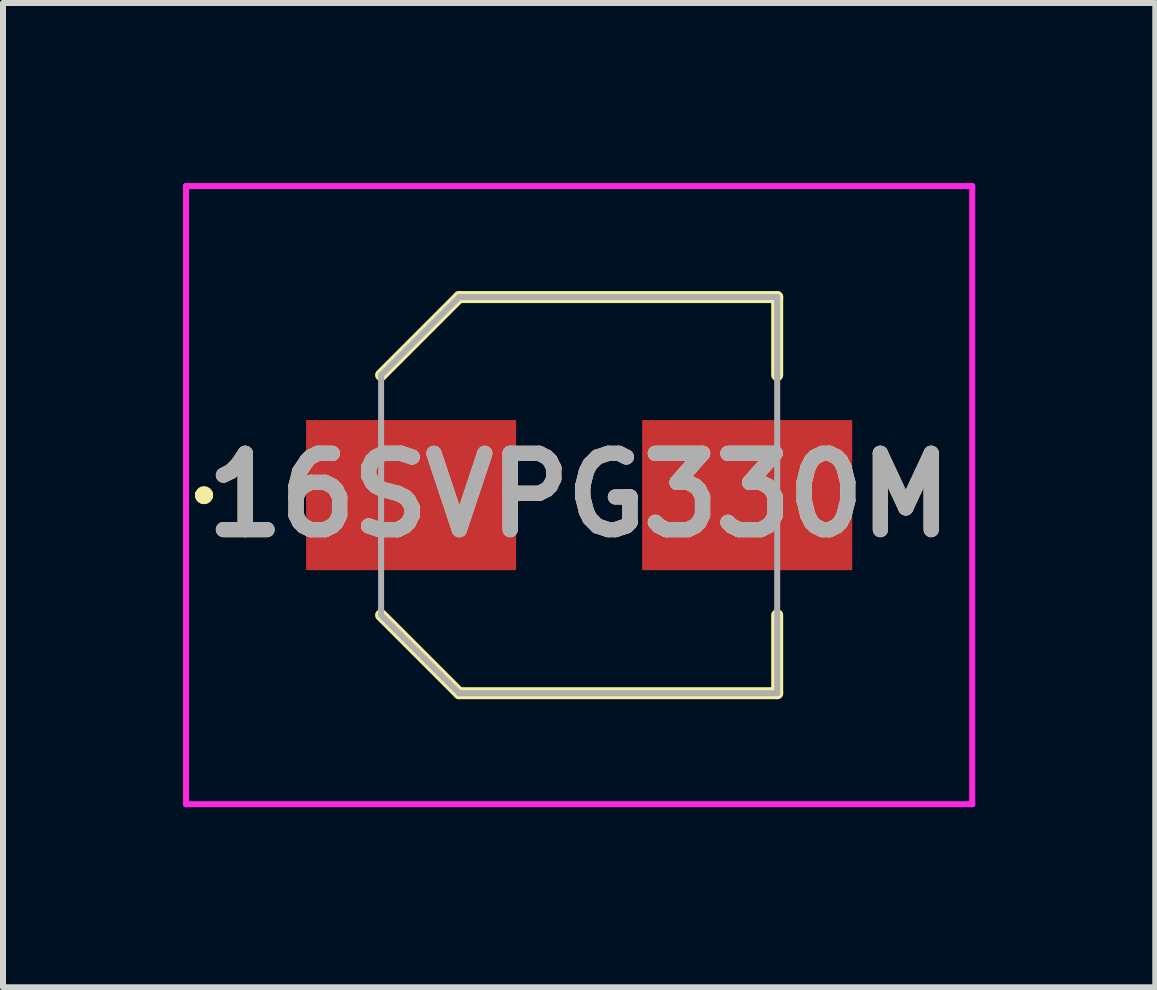
<source format=kicad_pcb>
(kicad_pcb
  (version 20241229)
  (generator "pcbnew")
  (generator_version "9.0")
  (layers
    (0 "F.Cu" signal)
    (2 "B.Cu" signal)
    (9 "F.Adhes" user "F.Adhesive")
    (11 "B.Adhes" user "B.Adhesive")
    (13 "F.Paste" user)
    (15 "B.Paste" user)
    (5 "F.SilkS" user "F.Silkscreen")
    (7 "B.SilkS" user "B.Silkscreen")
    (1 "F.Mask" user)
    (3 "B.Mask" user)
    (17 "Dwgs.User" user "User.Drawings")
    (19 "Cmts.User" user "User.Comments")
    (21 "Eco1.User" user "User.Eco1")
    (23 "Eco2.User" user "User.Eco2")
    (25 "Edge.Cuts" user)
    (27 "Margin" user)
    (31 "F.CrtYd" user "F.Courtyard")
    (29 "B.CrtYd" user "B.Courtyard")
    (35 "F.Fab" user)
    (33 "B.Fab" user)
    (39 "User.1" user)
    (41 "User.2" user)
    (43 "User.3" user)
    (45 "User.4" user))
  (footprint "16SVPG330M"
    (layer "F.Cu")
    (at 6.6 5.2)
    (property "Reference" "16SVPG330M" (at 0 0 0) (layer "F.SilkS") (effects (font (size 1.27 1.27) (thickness 0.254))))
    (attr smd)
    (fp_line (start -6.3 0) (end -6.3 0) (stroke (width 0.2) (type solid)) (layer "F.SilkS"))
    (fp_line (start -6.3 0) (end -6.3 0) (stroke (width 0.2) (type solid)) (layer "F.SilkS"))
    (fp_line (start -6.2 0) (end -6.2 0) (stroke (width 0.2) (type solid)) (layer "F.SilkS"))
    (fp_line (start -3.3 -2) (end -2 -3.3) (stroke (width 0.2) (type solid)) (layer "F.SilkS"))
    (fp_line (start -3.3 2) (end -2 3.3) (stroke (width 0.2) (type solid)) (layer "F.SilkS"))
    (fp_line (start -2 -3.3) (end 3.3 -3.3) (stroke (width 0.2) (type solid)) (layer "F.SilkS"))
    (fp_line (start -2 3.3) (end 3.3 3.3) (stroke (width 0.2) (type solid)) (layer "F.SilkS"))
    (fp_line (start 3.3 -3.3) (end 3.3 -2) (stroke (width 0.2) (type solid)) (layer "F.SilkS"))
    (fp_line (start 3.3 3.3) (end 3.3 2) (stroke (width 0.2) (type solid)) (layer "F.SilkS"))
    (fp_arc (start -6.3 0) (mid -6.25 -0.05) (end -6.2 0) (stroke (width 0.2) (type solid)) (layer "F.SilkS"))
    (fp_arc (start -6.2 0) (mid -6.25 0.05) (end -6.3 0) (stroke (width 0.2) (type solid)) (layer "F.SilkS"))
    (fp_arc (start -6.2 0) (mid -6.25 0.05) (end -6.3 0) (stroke (width 0.2) (type solid)) (layer "F.SilkS"))
    (fp_line (start -6.55 -5.15) (end 6.55 -5.15) (stroke (width 0.1) (type solid)) (layer "F.CrtYd"))
    (fp_line (start -6.55 5.15) (end -6.55 -5.15) (stroke (width 0.1) (type solid)) (layer "F.CrtYd"))
    (fp_line (start 6.55 -5.15) (end 6.55 5.15) (stroke (width 0.1) (type solid)) (layer "F.CrtYd"))
    (fp_line (start 6.55 5.15) (end -6.55 5.15) (stroke (width 0.1) (type solid)) (layer "F.CrtYd"))
    (fp_line (start -3.3 -2) (end -3.3 2) (stroke (width 0.1) (type solid)) (layer "F.Fab"))
    (fp_line (start -3.3 2) (end -2 3.3) (stroke (width 0.1) (type solid)) (layer "F.Fab"))
    (fp_line (start -2 -3.3) (end -3.3 -2) (stroke (width 0.1) (type solid)) (layer "F.Fab"))
    (fp_line (start -2 3.3) (end 3.3 3.3) (stroke (width 0.1) (type solid)) (layer "F.Fab"))
    (fp_line (start 3.3 -3.3) (end -2 -3.3) (stroke (width 0.1) (type solid)) (layer "F.Fab"))
    (fp_line (start 3.3 3.3) (end 3.3 -3.3) (stroke (width 0.1) (type solid)) (layer "F.Fab"))
    (fp_text user "${REFERENCE}" (at 0 0 0) (layer "F.Fab") (effects (font (size 1.27 1.27) (thickness 0.254))))
    (pad "1" smd rect (at -2.8 0 90) (size 2.5 3.5) (layers "F.Cu" "F.Mask" "F.Paste"))
    (pad "2" smd rect (at 2.8 0 90) (size 2.5 3.5) (layers "F.Cu" "F.Mask" "F.Paste")))
  (gr_rect
    (start -3 -3)
    (end 16.2 13.4)
    (stroke (width 0.1) (type default))
    (fill no)
    (layer "Edge.Cuts")))
</source>
